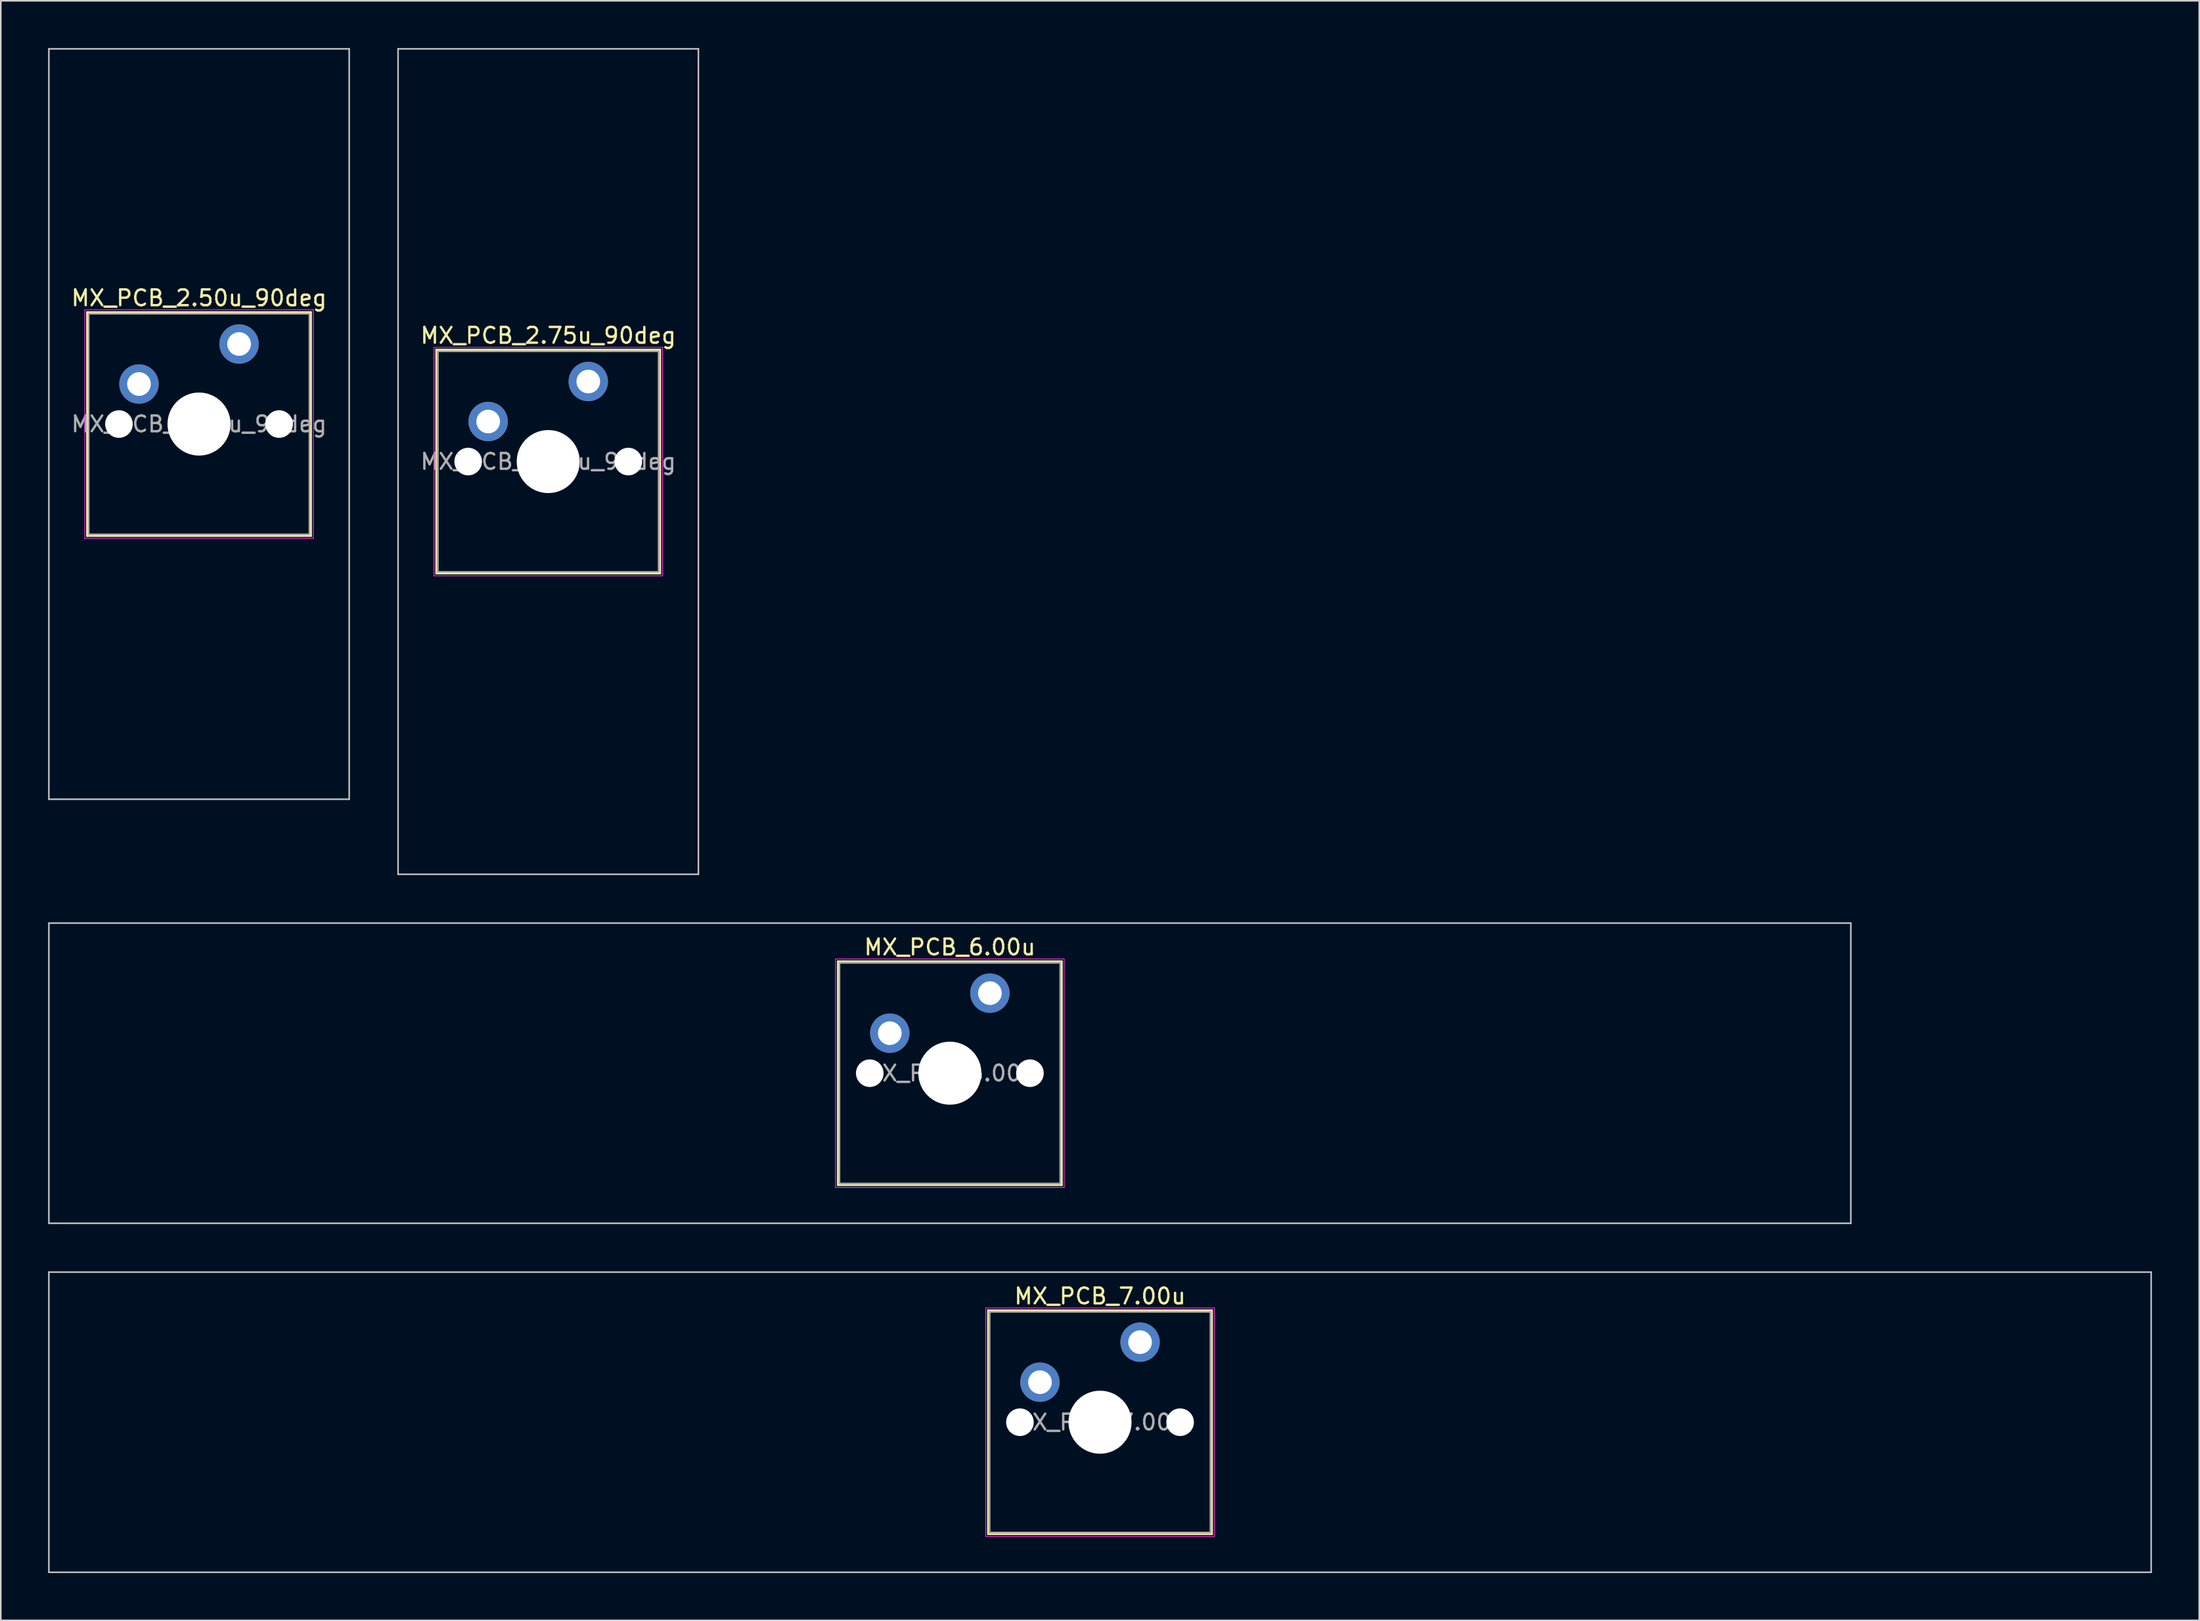
<source format=kicad_pcb>
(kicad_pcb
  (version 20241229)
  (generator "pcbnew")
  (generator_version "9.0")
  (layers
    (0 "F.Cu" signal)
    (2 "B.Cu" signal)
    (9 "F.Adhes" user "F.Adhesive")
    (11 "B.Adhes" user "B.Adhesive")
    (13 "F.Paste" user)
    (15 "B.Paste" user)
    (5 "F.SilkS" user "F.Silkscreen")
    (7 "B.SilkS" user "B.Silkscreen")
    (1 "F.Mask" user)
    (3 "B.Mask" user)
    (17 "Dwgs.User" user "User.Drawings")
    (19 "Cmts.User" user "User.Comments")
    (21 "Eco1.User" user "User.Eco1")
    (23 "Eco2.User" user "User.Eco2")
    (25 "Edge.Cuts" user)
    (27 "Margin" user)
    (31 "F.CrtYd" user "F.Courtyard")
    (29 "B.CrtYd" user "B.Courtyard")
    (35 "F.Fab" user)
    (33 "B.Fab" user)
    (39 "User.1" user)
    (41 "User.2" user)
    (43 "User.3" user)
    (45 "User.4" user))
  (footprint "MX_PCB_2.50u_90deg"
    (layer "F.Cu")
    (at 9.575 23.863)
    (property "Reference" "MX_PCB_2.50u_90deg" (at 0 -8 0) (layer "F.SilkS") (effects (font (size 1 1) (thickness 0.15))))
    (attr through_hole)
    (fp_line (start -7.1 -7.1) (end -7.1 7.1) (stroke (width 0.12) (type solid)) (layer "F.SilkS"))
    (fp_line (start -7.1 7.1) (end 7.1 7.1) (stroke (width 0.12) (type solid)) (layer "F.SilkS"))
    (fp_line (start 7.1 -7.1) (end -7.1 -7.1) (stroke (width 0.12) (type solid)) (layer "F.SilkS"))
    (fp_line (start 7.1 7.1) (end 7.1 -7.1) (stroke (width 0.12) (type solid)) (layer "F.SilkS"))
    (fp_line (start -9.525 -23.812) (end 9.525 -23.812) (stroke (width 0.1) (type solid)) (layer "Dwgs.User"))
    (fp_line (start -9.525 23.812) (end -9.525 -23.812) (stroke (width 0.1) (type solid)) (layer "Dwgs.User"))
    (fp_line (start 9.525 -23.812) (end 9.525 23.812) (stroke (width 0.1) (type solid)) (layer "Dwgs.User"))
    (fp_line (start 9.525 23.812) (end -9.525 23.812) (stroke (width 0.1) (type solid)) (layer "Dwgs.User"))
    (fp_line (start -7 -7) (end -7 7) (stroke (width 0.1) (type solid)) (layer "Eco1.User"))
    (fp_line (start -7 7) (end 7 7) (stroke (width 0.1) (type solid)) (layer "Eco1.User"))
    (fp_line (start 7 -7) (end -7 -7) (stroke (width 0.1) (type solid)) (layer "Eco1.User"))
    (fp_line (start 7 7) (end 7 -7) (stroke (width 0.1) (type solid)) (layer "Eco1.User"))
    (fp_line (start -7.25 -7.25) (end -7.25 7.25) (stroke (width 0.05) (type solid)) (layer "F.CrtYd"))
    (fp_line (start -7.25 7.25) (end 7.25 7.25) (stroke (width 0.05) (type solid)) (layer "F.CrtYd"))
    (fp_line (start 7.25 -7.25) (end -7.25 -7.25) (stroke (width 0.05) (type solid)) (layer "F.CrtYd"))
    (fp_line (start 7.25 7.25) (end 7.25 -7.25) (stroke (width 0.05) (type solid)) (layer "F.CrtYd"))
    (fp_line (start -7 -7) (end -7 7) (stroke (width 0.1) (type solid)) (layer "F.Fab"))
    (fp_line (start -7 7) (end 7 7) (stroke (width 0.1) (type solid)) (layer "F.Fab"))
    (fp_line (start 7 -7) (end -7 -7) (stroke (width 0.1) (type solid)) (layer "F.Fab"))
    (fp_line (start 7 7) (end 7 -7) (stroke (width 0.1) (type solid)) (layer "F.Fab"))
    (fp_text user "${REFERENCE}" (at 0 0 0) (layer "F.Fab") (effects (font (size 1 1) (thickness 0.15))))
    (pad "" np_thru_hole circle (at -5.08 0) (size 1.75 1.75) (drill 1.75) (layers "*.Cu" "*.Mask"))
    (pad "" np_thru_hole circle (at 0 0) (size 4 4) (drill 4) (layers "*.Cu" "*.Mask"))
    (pad "" np_thru_hole circle (at 5.08 0) (size 1.75 1.75) (drill 1.75) (layers "*.Cu" "*.Mask"))
    (pad "1" thru_hole circle (at -3.81 -2.54) (size 2.5 2.5) (drill 1.5) (layers "*.Cu" "*.Mask"))
    (pad "2" thru_hole circle (at 2.54 -5.08) (size 2.5 2.5) (drill 1.5) (layers "*.Cu" "*.Mask")))
  (footprint "MX_PCB_7.00u"
    (layer "F.Cu")
    (at 66.725 87.213)
    (property "Reference" "MX_PCB_7.00u" (at 0 -8 0) (layer "F.SilkS") (effects (font (size 1 1) (thickness 0.15))))
    (attr through_hole)
    (fp_line (start -7.1 -7.1) (end -7.1 7.1) (stroke (width 0.12) (type solid)) (layer "F.SilkS"))
    (fp_line (start -7.1 7.1) (end 7.1 7.1) (stroke (width 0.12) (type solid)) (layer "F.SilkS"))
    (fp_line (start 7.1 -7.1) (end -7.1 -7.1) (stroke (width 0.12) (type solid)) (layer "F.SilkS"))
    (fp_line (start 7.1 7.1) (end 7.1 -7.1) (stroke (width 0.12) (type solid)) (layer "F.SilkS"))
    (fp_line (start -66.675 -9.525) (end -66.675 9.525) (stroke (width 0.1) (type solid)) (layer "Dwgs.User"))
    (fp_line (start -66.675 9.525) (end 66.675 9.525) (stroke (width 0.1) (type solid)) (layer "Dwgs.User"))
    (fp_line (start 66.675 -9.525) (end -66.675 -9.525) (stroke (width 0.1) (type solid)) (layer "Dwgs.User"))
    (fp_line (start 66.675 9.525) (end 66.675 -9.525) (stroke (width 0.1) (type solid)) (layer "Dwgs.User"))
    (fp_line (start -7 -7) (end -7 7) (stroke (width 0.1) (type solid)) (layer "Eco1.User"))
    (fp_line (start -7 7) (end 7 7) (stroke (width 0.1) (type solid)) (layer "Eco1.User"))
    (fp_line (start 7 -7) (end -7 -7) (stroke (width 0.1) (type solid)) (layer "Eco1.User"))
    (fp_line (start 7 7) (end 7 -7) (stroke (width 0.1) (type solid)) (layer "Eco1.User"))
    (fp_line (start -7.25 -7.25) (end -7.25 7.25) (stroke (width 0.05) (type solid)) (layer "F.CrtYd"))
    (fp_line (start -7.25 7.25) (end 7.25 7.25) (stroke (width 0.05) (type solid)) (layer "F.CrtYd"))
    (fp_line (start 7.25 -7.25) (end -7.25 -7.25) (stroke (width 0.05) (type solid)) (layer "F.CrtYd"))
    (fp_line (start 7.25 7.25) (end 7.25 -7.25) (stroke (width 0.05) (type solid)) (layer "F.CrtYd"))
    (fp_line (start -7 -7) (end -7 7) (stroke (width 0.1) (type solid)) (layer "F.Fab"))
    (fp_line (start -7 7) (end 7 7) (stroke (width 0.1) (type solid)) (layer "F.Fab"))
    (fp_line (start 7 -7) (end -7 -7) (stroke (width 0.1) (type solid)) (layer "F.Fab"))
    (fp_line (start 7 7) (end 7 -7) (stroke (width 0.1) (type solid)) (layer "F.Fab"))
    (fp_text user "${REFERENCE}" (at 0 0 0) (layer "F.Fab") (effects (font (size 1 1) (thickness 0.15))))
    (pad "" np_thru_hole circle (at -5.08 0) (size 1.75 1.75) (drill 1.75) (layers "*.Cu" "*.Mask"))
    (pad "" np_thru_hole circle (at 0 0) (size 4 4) (drill 4) (layers "*.Cu" "*.Mask"))
    (pad "" np_thru_hole circle (at 5.08 0) (size 1.75 1.75) (drill 1.75) (layers "*.Cu" "*.Mask"))
    (pad "1" thru_hole circle (at -3.81 -2.54) (size 2.5 2.5) (drill 1.5) (layers "*.Cu" "*.Mask"))
    (pad "2" thru_hole circle (at 2.54 -5.08) (size 2.5 2.5) (drill 1.5) (layers "*.Cu" "*.Mask")))
  (footprint "MX_PCB_2.75u_90deg"
    (layer "F.Cu")
    (at 31.725 26.244)
    (property "Reference" "MX_PCB_2.75u_90deg" (at 0 -8 0) (layer "F.SilkS") (effects (font (size 1 1) (thickness 0.15))))
    (attr through_hole)
    (fp_line (start -7.1 -7.1) (end -7.1 7.1) (stroke (width 0.12) (type solid)) (layer "F.SilkS"))
    (fp_line (start -7.1 7.1) (end 7.1 7.1) (stroke (width 0.12) (type solid)) (layer "F.SilkS"))
    (fp_line (start 7.1 -7.1) (end -7.1 -7.1) (stroke (width 0.12) (type solid)) (layer "F.SilkS"))
    (fp_line (start 7.1 7.1) (end 7.1 -7.1) (stroke (width 0.12) (type solid)) (layer "F.SilkS"))
    (fp_line (start -9.525 -26.194) (end 9.525 -26.194) (stroke (width 0.1) (type solid)) (layer "Dwgs.User"))
    (fp_line (start -9.525 26.194) (end -9.525 -26.194) (stroke (width 0.1) (type solid)) (layer "Dwgs.User"))
    (fp_line (start 9.525 -26.194) (end 9.525 26.194) (stroke (width 0.1) (type solid)) (layer "Dwgs.User"))
    (fp_line (start 9.525 26.194) (end -9.525 26.194) (stroke (width 0.1) (type solid)) (layer "Dwgs.User"))
    (fp_line (start -7 -7) (end -7 7) (stroke (width 0.1) (type solid)) (layer "Eco1.User"))
    (fp_line (start -7 7) (end 7 7) (stroke (width 0.1) (type solid)) (layer "Eco1.User"))
    (fp_line (start 7 -7) (end -7 -7) (stroke (width 0.1) (type solid)) (layer "Eco1.User"))
    (fp_line (start 7 7) (end 7 -7) (stroke (width 0.1) (type solid)) (layer "Eco1.User"))
    (fp_line (start -7.25 -7.25) (end -7.25 7.25) (stroke (width 0.05) (type solid)) (layer "F.CrtYd"))
    (fp_line (start -7.25 7.25) (end 7.25 7.25) (stroke (width 0.05) (type solid)) (layer "F.CrtYd"))
    (fp_line (start 7.25 -7.25) (end -7.25 -7.25) (stroke (width 0.05) (type solid)) (layer "F.CrtYd"))
    (fp_line (start 7.25 7.25) (end 7.25 -7.25) (stroke (width 0.05) (type solid)) (layer "F.CrtYd"))
    (fp_line (start -7 -7) (end -7 7) (stroke (width 0.1) (type solid)) (layer "F.Fab"))
    (fp_line (start -7 7) (end 7 7) (stroke (width 0.1) (type solid)) (layer "F.Fab"))
    (fp_line (start 7 -7) (end -7 -7) (stroke (width 0.1) (type solid)) (layer "F.Fab"))
    (fp_line (start 7 7) (end 7 -7) (stroke (width 0.1) (type solid)) (layer "F.Fab"))
    (fp_text user "${REFERENCE}" (at 0 0 0) (layer "F.Fab") (effects (font (size 1 1) (thickness 0.15))))
    (pad "" np_thru_hole circle (at -5.08 0) (size 1.75 1.75) (drill 1.75) (layers "*.Cu" "*.Mask"))
    (pad "" np_thru_hole circle (at 0 0) (size 4 4) (drill 4) (layers "*.Cu" "*.Mask"))
    (pad "" np_thru_hole circle (at 5.08 0) (size 1.75 1.75) (drill 1.75) (layers "*.Cu" "*.Mask"))
    (pad "1" thru_hole circle (at -3.81 -2.54) (size 2.5 2.5) (drill 1.5) (layers "*.Cu" "*.Mask"))
    (pad "2" thru_hole circle (at 2.54 -5.08) (size 2.5 2.5) (drill 1.5) (layers "*.Cu" "*.Mask")))
  (footprint "MX_PCB_6.00u"
    (layer "F.Cu")
    (at 57.2 65.062)
    (property "Reference" "MX_PCB_6.00u" (at 0 -8 0) (layer "F.SilkS") (effects (font (size 1 1) (thickness 0.15))))
    (attr through_hole)
    (fp_line (start -7.1 -7.1) (end -7.1 7.1) (stroke (width 0.12) (type solid)) (layer "F.SilkS"))
    (fp_line (start -7.1 7.1) (end 7.1 7.1) (stroke (width 0.12) (type solid)) (layer "F.SilkS"))
    (fp_line (start 7.1 -7.1) (end -7.1 -7.1) (stroke (width 0.12) (type solid)) (layer "F.SilkS"))
    (fp_line (start 7.1 7.1) (end 7.1 -7.1) (stroke (width 0.12) (type solid)) (layer "F.SilkS"))
    (fp_line (start -57.15 -9.525) (end -57.15 9.525) (stroke (width 0.1) (type solid)) (layer "Dwgs.User"))
    (fp_line (start -57.15 9.525) (end 57.15 9.525) (stroke (width 0.1) (type solid)) (layer "Dwgs.User"))
    (fp_line (start 57.15 -9.525) (end -57.15 -9.525) (stroke (width 0.1) (type solid)) (layer "Dwgs.User"))
    (fp_line (start 57.15 9.525) (end 57.15 -9.525) (stroke (width 0.1) (type solid)) (layer "Dwgs.User"))
    (fp_line (start -7 -7) (end -7 7) (stroke (width 0.1) (type solid)) (layer "Eco1.User"))
    (fp_line (start -7 7) (end 7 7) (stroke (width 0.1) (type solid)) (layer "Eco1.User"))
    (fp_line (start 7 -7) (end -7 -7) (stroke (width 0.1) (type solid)) (layer "Eco1.User"))
    (fp_line (start 7 7) (end 7 -7) (stroke (width 0.1) (type solid)) (layer "Eco1.User"))
    (fp_line (start -7.25 -7.25) (end -7.25 7.25) (stroke (width 0.05) (type solid)) (layer "F.CrtYd"))
    (fp_line (start -7.25 7.25) (end 7.25 7.25) (stroke (width 0.05) (type solid)) (layer "F.CrtYd"))
    (fp_line (start 7.25 -7.25) (end -7.25 -7.25) (stroke (width 0.05) (type solid)) (layer "F.CrtYd"))
    (fp_line (start 7.25 7.25) (end 7.25 -7.25) (stroke (width 0.05) (type solid)) (layer "F.CrtYd"))
    (fp_line (start -7 -7) (end -7 7) (stroke (width 0.1) (type solid)) (layer "F.Fab"))
    (fp_line (start -7 7) (end 7 7) (stroke (width 0.1) (type solid)) (layer "F.Fab"))
    (fp_line (start 7 -7) (end -7 -7) (stroke (width 0.1) (type solid)) (layer "F.Fab"))
    (fp_line (start 7 7) (end 7 -7) (stroke (width 0.1) (type solid)) (layer "F.Fab"))
    (fp_text user "${REFERENCE}" (at 0 0 0) (layer "F.Fab") (effects (font (size 1 1) (thickness 0.15))))
    (pad "" np_thru_hole circle (at -5.08 0) (size 1.75 1.75) (drill 1.75) (layers "*.Cu" "*.Mask"))
    (pad "" np_thru_hole circle (at 0 0) (size 4 4) (drill 4) (layers "*.Cu" "*.Mask"))
    (pad "" np_thru_hole circle (at 5.08 0) (size 1.75 1.75) (drill 1.75) (layers "*.Cu" "*.Mask"))
    (pad "1" thru_hole circle (at -3.81 -2.54) (size 2.5 2.5) (drill 1.5) (layers "*.Cu" "*.Mask"))
    (pad "2" thru_hole circle (at 2.54 -5.08) (size 2.5 2.5) (drill 1.5) (layers "*.Cu" "*.Mask")))
  (gr_rect
    (start -3 -3)
    (end 136.45 99.787)
    (stroke (width 0.1) (type default))
    (fill no)
    (layer "Edge.Cuts")))
</source>
